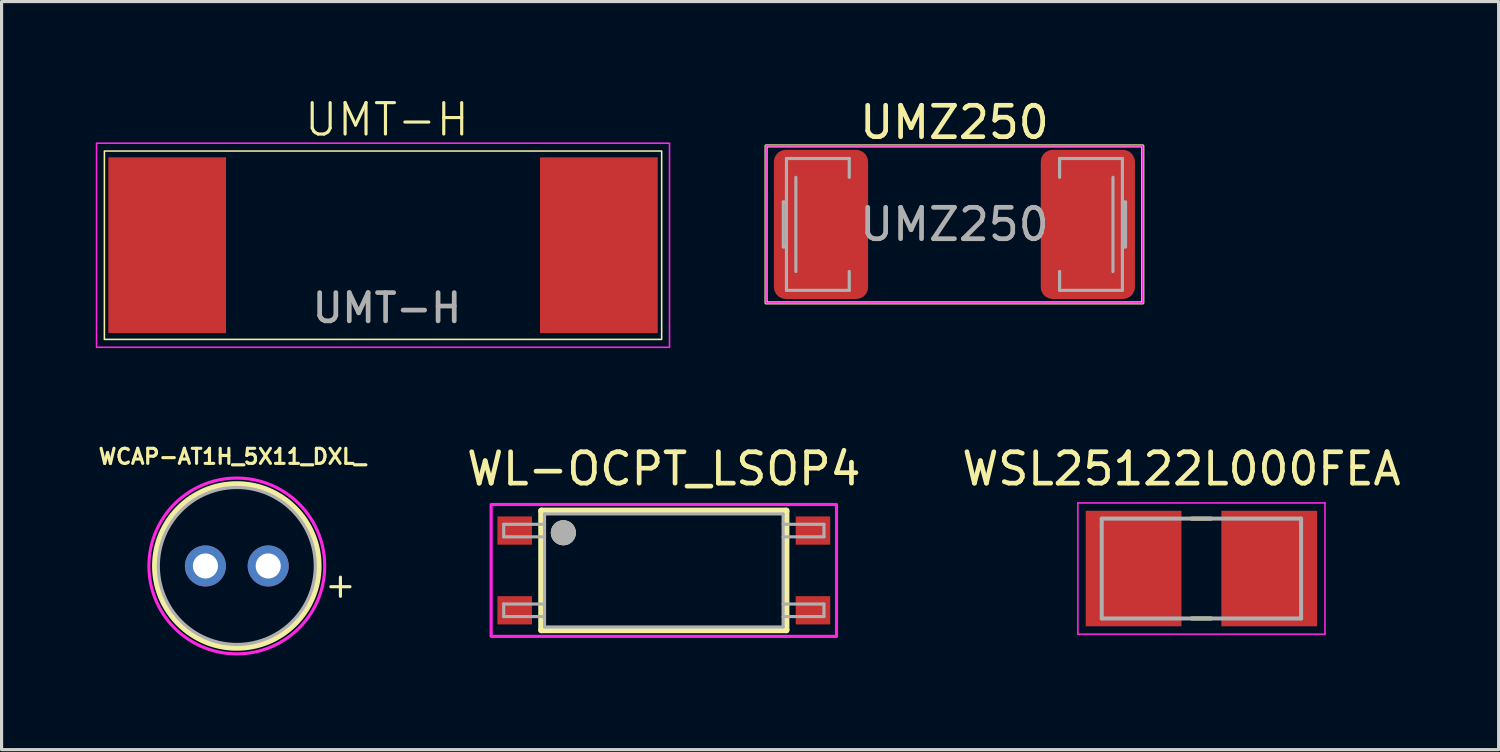
<source format=kicad_pcb>
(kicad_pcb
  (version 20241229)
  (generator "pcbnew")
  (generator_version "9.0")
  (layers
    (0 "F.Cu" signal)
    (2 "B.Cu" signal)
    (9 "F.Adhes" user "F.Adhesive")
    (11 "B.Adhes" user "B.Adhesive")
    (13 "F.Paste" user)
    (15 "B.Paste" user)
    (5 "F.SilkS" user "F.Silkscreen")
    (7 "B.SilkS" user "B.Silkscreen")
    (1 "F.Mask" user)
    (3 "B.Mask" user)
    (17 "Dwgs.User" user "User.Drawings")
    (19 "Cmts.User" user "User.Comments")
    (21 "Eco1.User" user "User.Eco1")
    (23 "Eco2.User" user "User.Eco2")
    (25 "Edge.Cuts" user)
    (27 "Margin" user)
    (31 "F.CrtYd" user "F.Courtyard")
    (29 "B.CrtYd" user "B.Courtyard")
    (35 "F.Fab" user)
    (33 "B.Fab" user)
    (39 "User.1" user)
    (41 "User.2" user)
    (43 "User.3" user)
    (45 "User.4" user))
  (footprint "WCAP-AT1H_5X11_DXL_"
    (layer "F.Cu")
    (at 4.493 14.977)
    (property "Reference" "WCAP-AT1H_5X11_DXL_" (at -0.14 -3.485 0) (layer "F.SilkS") (effects (font (size 0.48 0.48) (thickness 0.1) (bold yes))))
    (attr through_hole)
    (fp_circle (center 0 0) (end 2.6 0) (stroke (width 0.2) (type solid)) (fill no) (layer "F.SilkS"))
    (fp_poly (pts (xy 0 2.8) (xy -0.147 2.796) (xy -0.293 2.785) (xy -0.438 2.766) (xy -0.582 2.739) (xy -0.725 2.705) (xy -0.865 2.663) (xy -1.003 2.614) (xy -1.139 2.558) (xy -1.271 2.495) (xy -1.4 2.425) (xy -1.525 2.348) (xy -1.646 2.265) (xy -1.762 2.176) (xy -1.874 2.081) (xy -1.98 1.98) (xy -2.081 1.874) (xy -2.176 1.762) (xy -2.265 1.646) (xy -2.348 1.525) (xy -2.425 1.4) (xy -2.495 1.271) (xy -2.558 1.139) (xy -2.614 1.003) (xy -2.663 0.865) (xy -2.705 0.725) (xy -2.739 0.582) (xy -2.766 0.438) (xy -2.785 0.293) (xy -2.796 0.147) (xy -2.8 0) (xy -2.796 -0.147) (xy -2.785 -0.293) (xy -2.766 -0.438) (xy -2.739 -0.582) (xy -2.705 -0.725) (xy -2.663 -0.865) (xy -2.614 -1.003) (xy -2.558 -1.139) (xy -2.495 -1.271) (xy -2.425 -1.4) (xy -2.348 -1.525) (xy -2.265 -1.646) (xy -2.176 -1.762) (xy -2.081 -1.874) (xy -1.98 -1.98) (xy -1.874 -2.081) (xy -1.762 -2.176) (xy -1.646 -2.265) (xy -1.525 -2.348) (xy -1.4 -2.425) (xy -1.271 -2.495) (xy -1.139 -2.558) (xy -1.003 -2.614) (xy -0.865 -2.663) (xy -0.725 -2.705) (xy -0.582 -2.739) (xy -0.438 -2.766) (xy -0.293 -2.785) (xy -0.147 -2.796) (xy 0 -2.8) (xy 0.147 -2.796) (xy 0.293 -2.785) (xy 0.438 -2.766) (xy 0.582 -2.739) (xy 0.725 -2.705) (xy 0.865 -2.663) (xy 1.003 -2.614) (xy 1.139 -2.558) (xy 1.271 -2.495) (xy 1.4 -2.425) (xy 1.525 -2.348) (xy 1.646 -2.265) (xy 1.762 -2.176) (xy 1.874 -2.081) (xy 1.98 -1.98) (xy 2.081 -1.874) (xy 2.176 -1.762) (xy 2.265 -1.646) (xy 2.348 -1.525) (xy 2.425 -1.4) (xy 2.495 -1.271) (xy 2.558 -1.139) (xy 2.614 -1.003) (xy 2.663 -0.865) (xy 2.705 -0.725) (xy 2.739 -0.582) (xy 2.766 -0.438) (xy 2.785 -0.293) (xy 2.796 -0.147) (xy 2.8 0) (xy 2.796 0.147) (xy 2.785 0.293) (xy 2.766 0.438) (xy 2.739 0.582) (xy 2.705 0.725) (xy 2.663 0.865) (xy 2.614 1.003) (xy 2.558 1.139) (xy 2.495 1.271) (xy 2.425 1.4) (xy 2.348 1.525) (xy 2.265 1.646) (xy 2.176 1.762) (xy 2.081 1.874) (xy 1.98 1.98) (xy 1.874 2.081) (xy 1.762 2.176) (xy 1.646 2.265) (xy 1.525 2.348) (xy 1.4 2.425) (xy 1.271 2.495) (xy 1.139 2.558) (xy 1.003 2.614) (xy 0.865 2.663) (xy 0.725 2.705) (xy 0.582 2.739) (xy 0.438 2.766) (xy 0.293 2.785) (xy 0.147 2.796) (xy 0 2.8)) (stroke (width 0.1) (type solid)) (fill no) (layer "F.CrtYd"))
    (fp_circle (center 0 0) (end 2.5 0) (stroke (width 0.1) (type solid)) (fill no) (layer "F.Fab"))
    (fp_text user "+" (at 3.3 0.6 0) (layer "F.SilkS") (effects (font (size 0.8 0.8) (thickness 0.1))))
    (pad "1" thru_hole circle (at 1 0) (size 1.308 1.308) (drill 0.8) (layers "*.Cu" "*.Mask"))
    (pad "2" thru_hole circle (at -1 0) (size 1.308 1.308) (drill 0.8) (layers "*.Cu" "*.Mask")))
  (footprint "WSL25122L000FEA"
    (layer "F.Cu")
    (at 35.217 15.059)
    (property "Reference" "WSL25122L000FEA" (at -0.635 -3.175 0) (layer "F.SilkS") (effects (font (size 1 1) (thickness 0.15))))
    (attr smd)
    (fp_line (start -0.31 -1.59) (end 0.31 -1.59) (stroke (width 0.127) (type solid)) (layer "F.SilkS"))
    (fp_line (start -0.31 1.59) (end 0.31 1.59) (stroke (width 0.127) (type solid)) (layer "F.SilkS"))
    (fp_line (start -3.935 -2.09) (end 3.935 -2.09) (stroke (width 0.05) (type solid)) (layer "F.CrtYd"))
    (fp_line (start -3.935 2.09) (end -3.935 -2.09) (stroke (width 0.05) (type solid)) (layer "F.CrtYd"))
    (fp_line (start 3.935 -2.09) (end 3.935 2.09) (stroke (width 0.05) (type solid)) (layer "F.CrtYd"))
    (fp_line (start 3.935 2.09) (end -3.935 2.09) (stroke (width 0.05) (type solid)) (layer "F.CrtYd"))
    (fp_line (start -3.175 -1.59) (end 3.175 -1.59) (stroke (width 0.127) (type solid)) (layer "F.Fab"))
    (fp_line (start -3.175 1.59) (end -3.175 -1.59) (stroke (width 0.127) (type solid)) (layer "F.Fab"))
    (fp_line (start 3.175 -1.59) (end 3.175 1.59) (stroke (width 0.127) (type solid)) (layer "F.Fab"))
    (fp_line (start 3.175 1.59) (end -3.175 1.59) (stroke (width 0.127) (type solid)) (layer "F.Fab"))
    (pad "1" smd rect (at -2.16 0) (size 3.05 3.68) (layers "F.Cu" "F.Mask" "F.Paste"))
    (pad "2" smd rect (at 2.16 0) (size 3.05 3.68) (layers "F.Cu" "F.Mask" "F.Paste")))
  (footprint "UMZ250"
    (layer "F.Cu")
    (at 27.35 4.098)
    (property "Reference" "UMZ250" (at 0 -3.25 0) (layer "F.SilkS") (effects (font (size 1 1) (thickness 0.15))))
    (attr smd)
    (fp_rect (start -6 -2.5) (end 6 2.5) (stroke (width 0.1) (type default)) (fill no) (layer "F.SilkS"))
    (fp_rect (start -6 -2.5) (end 6 2.5) (stroke (width 0.05) (type default)) (fill no) (layer "F.CrtYd"))
    (fp_line (start -5.45 0.715) (end -5.45 -0.715) (stroke (width 0.1) (type solid)) (layer "F.Fab"))
    (fp_line (start -5.35 -2.1) (end -5.35 2.1) (stroke (width 0.1) (type solid)) (layer "F.Fab"))
    (fp_line (start -5.35 -0.715) (end -5.45 -0.715) (stroke (width 0.1) (type solid)) (layer "F.Fab"))
    (fp_line (start -5.35 0.715) (end -5.45 0.715) (stroke (width 0.1) (type solid)) (layer "F.Fab"))
    (fp_line (start -5.35 2.1) (end -3.35 2.1) (stroke (width 0.1) (type solid)) (layer "F.Fab"))
    (fp_line (start -5.05 1.5) (end -5.05 -1.5) (stroke (width 0.1) (type solid)) (layer "F.Fab"))
    (fp_line (start -3.35 -2.1) (end -5.35 -2.1) (stroke (width 0.1) (type solid)) (layer "F.Fab"))
    (fp_line (start -3.35 -1.5) (end -3.35 -2.1) (stroke (width 0.1) (type solid)) (layer "F.Fab"))
    (fp_line (start -3.35 2.1) (end -3.35 1.5) (stroke (width 0.1) (type solid)) (layer "F.Fab"))
    (fp_line (start 3.35 -2.1) (end 3.35 -1.5) (stroke (width 0.1) (type solid)) (layer "F.Fab"))
    (fp_line (start 3.35 1.5) (end 3.35 2.1) (stroke (width 0.1) (type solid)) (layer "F.Fab"))
    (fp_line (start 3.35 2.1) (end 5.35 2.1) (stroke (width 0.1) (type solid)) (layer "F.Fab"))
    (fp_line (start 5.05 -1.5) (end 5.05 1.5) (stroke (width 0.1) (type solid)) (layer "F.Fab"))
    (fp_line (start 5.35 -2.1) (end 3.35 -2.1) (stroke (width 0.1) (type solid)) (layer "F.Fab"))
    (fp_line (start 5.35 -0.715) (end 5.45 -0.715) (stroke (width 0.1) (type solid)) (layer "F.Fab"))
    (fp_line (start 5.35 0.715) (end 5.45 0.715) (stroke (width 0.1) (type solid)) (layer "F.Fab"))
    (fp_line (start 5.35 2.1) (end 5.35 -2.1) (stroke (width 0.1) (type solid)) (layer "F.Fab"))
    (fp_line (start 5.45 -0.715) (end 5.45 0.715) (stroke (width 0.1) (type solid)) (layer "F.Fab"))
    (fp_text user "${REFERENCE}" (at 0 0 0) (layer "F.Fab") (effects (font (size 1 1) (thickness 0.15))))
    (pad "1" smd roundrect (at -4.25 0) (size 3 4.75) (layers "F.Cu" "F.Mask" "F.Paste") (roundrect_rratio 0.125))
    (pad "2" smd roundrect (at 4.25 0) (size 3 4.75) (layers "F.Cu" "F.Mask" "F.Paste") (roundrect_rratio 0.125)))
  (footprint "WL-OCPT_LSOP4"
    (layer "F.Cu")
    (at 18.094 15.119)
    (property "Reference" "WL-OCPT_LSOP4" (at 0 -3.235 0) (layer "F.SilkS") (effects (font (size 1 1) (thickness 0.15))))
    (attr smd)
    (fp_line (start -3.9 -1.9) (end 3.9 -1.9) (stroke (width 0.2) (type solid)) (layer "F.SilkS"))
    (fp_line (start -3.9 1.9) (end -3.9 -1.9) (stroke (width 0.2) (type solid)) (layer "F.SilkS"))
    (fp_line (start 3.9 -1.9) (end 3.9 1.9) (stroke (width 0.2) (type solid)) (layer "F.SilkS"))
    (fp_line (start 3.9 1.9) (end -3.9 1.9) (stroke (width 0.2) (type solid)) (layer "F.SilkS"))
    (fp_circle (center -3.2 -1.2) (end -3 -1.2) (stroke (width 0.4) (type solid)) (fill no) (layer "F.SilkS"))
    (fp_poly (pts (xy -5.5 -2.1) (xy 5.5 -2.1) (xy 5.5 2.1) (xy -5.5 2.1)) (stroke (width 0.1) (type solid)) (fill no) (layer "F.CrtYd"))
    (fp_line (start -5.1 -1.47) (end -5.1 -1.07) (stroke (width 0.1) (type solid)) (layer "F.Fab"))
    (fp_line (start -5.1 -1.07) (end -3.8 -1.07) (stroke (width 0.1) (type solid)) (layer "F.Fab"))
    (fp_line (start -5.1 1.07) (end -5.1 1.47) (stroke (width 0.1) (type solid)) (layer "F.Fab"))
    (fp_line (start -5.1 1.47) (end -3.8 1.47) (stroke (width 0.1) (type solid)) (layer "F.Fab"))
    (fp_line (start -3.8 -1.8) (end 3.8 -1.8) (stroke (width 0.1) (type solid)) (layer "F.Fab"))
    (fp_line (start -3.8 -1.47) (end -5.1 -1.47) (stroke (width 0.1) (type solid)) (layer "F.Fab"))
    (fp_line (start -3.8 -1.47) (end -3.8 -1.8) (stroke (width 0.1) (type solid)) (layer "F.Fab"))
    (fp_line (start -3.8 -1.07) (end -3.8 -1.47) (stroke (width 0.1) (type solid)) (layer "F.Fab"))
    (fp_line (start -3.8 1.07) (end -5.1 1.07) (stroke (width 0.1) (type solid)) (layer "F.Fab"))
    (fp_line (start -3.8 1.8) (end -3.8 -1.07) (stroke (width 0.1) (type solid)) (layer "F.Fab"))
    (fp_line (start 3.8 -1.8) (end 3.8 1.8) (stroke (width 0.1) (type solid)) (layer "F.Fab"))
    (fp_line (start 3.8 -1.07) (end 5.1 -1.07) (stroke (width 0.1) (type solid)) (layer "F.Fab"))
    (fp_line (start 3.8 1.47) (end 5.1 1.47) (stroke (width 0.1) (type solid)) (layer "F.Fab"))
    (fp_line (start 3.8 1.8) (end -3.8 1.8) (stroke (width 0.1) (type solid)) (layer "F.Fab"))
    (fp_line (start 5.1 -1.47) (end 3.8 -1.47) (stroke (width 0.1) (type solid)) (layer "F.Fab"))
    (fp_line (start 5.1 -1.07) (end 5.1 -1.47) (stroke (width 0.1) (type solid)) (layer "F.Fab"))
    (fp_line (start 5.1 1.07) (end 3.8 1.07) (stroke (width 0.1) (type solid)) (layer "F.Fab"))
    (fp_line (start 5.1 1.47) (end 5.1 1.07) (stroke (width 0.1) (type solid)) (layer "F.Fab"))
    (fp_circle (center -3.2 -1.2) (end -3 -1.2) (stroke (width 0.4) (type solid)) (fill no) (layer "F.Fab"))
    (pad "1" smd rect (at -4.75 -1.27) (size 1.1 0.9) (layers "F.Cu" "F.Mask" "F.Paste"))
    (pad "2" smd rect (at -4.75 1.27) (size 1.1 0.9) (layers "F.Cu" "F.Mask" "F.Paste"))
    (pad "3" smd rect (at 4.75 1.27) (size 1.1 0.9) (layers "F.Cu" "F.Mask" "F.Paste"))
    (pad "4" smd rect (at 4.75 -1.27) (size 1.1 0.9) (layers "F.Cu" "F.Mask" "F.Paste")))
  (footprint "UMT-H"
    (layer "F.Cu")
    (at 9.275 4.761)
    (property "Reference" "UMT-H" (at 0 -4 0) (unlocked yes) (layer "F.SilkS") (effects (font (size 1 1) (thickness 0.1))))
    (attr smd)
    (fp_rect (start -9 -3) (end 8.75 3) (stroke (width 0.05) (type default)) (fill no) (layer "F.SilkS"))
    (fp_rect (start -9.25 -3.25) (end 9 3.25) (stroke (width 0.05) (type default)) (fill no) (layer "F.CrtYd"))
    (fp_text user "${REFERENCE}" (at 0 2 0) (unlocked yes) (layer "F.Fab") (effects (font (size 0.9 0.9) (thickness 0.15))))
    (pad "1" smd rect (at -7 0 90) (size 5.6 3.75) (layers "F.Cu" "F.Mask" "F.Paste"))
    (pad "2" smd rect (at 6.75 0 90) (size 5.6 3.75) (layers "F.Cu" "F.Mask" "F.Paste")))
  (gr_rect
    (start -3 -3)
    (end 44.683 20.827)
    (stroke (width 0.1) (type default))
    (fill no)
    (layer "Edge.Cuts")))
</source>
